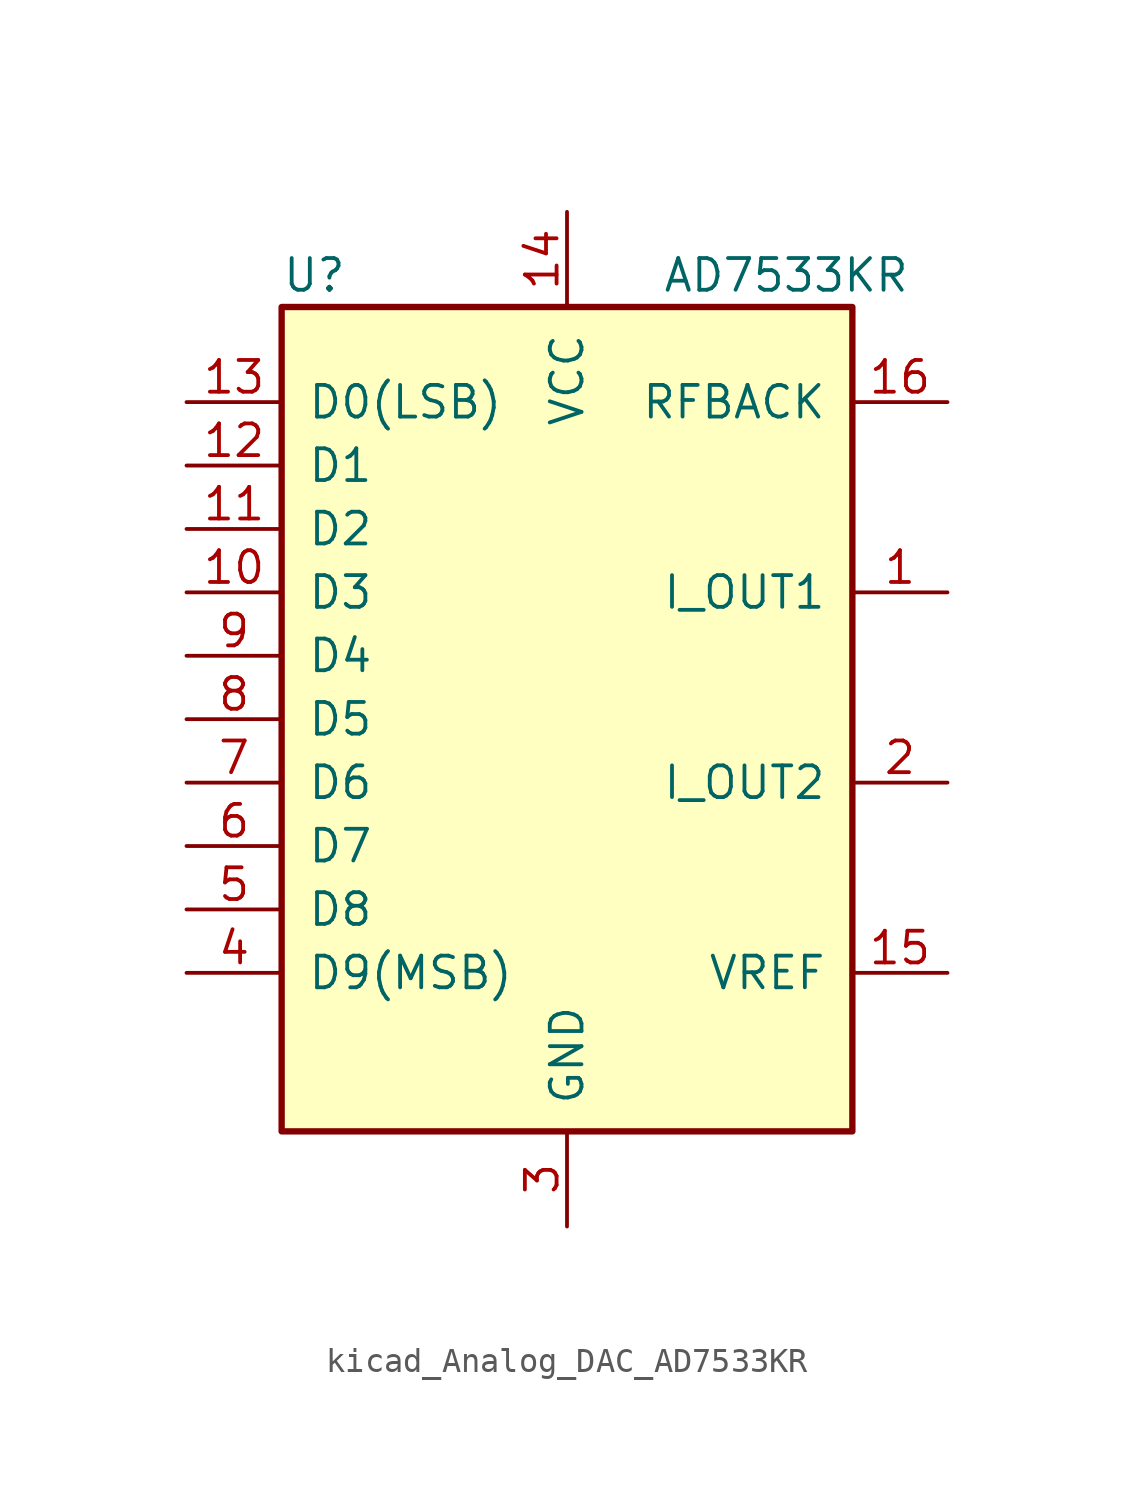
<source format=kicad_sym>
(kicad_symbol_lib
  (version 20220914)
  (generator kicad_symbol_editor)
  (symbol "kicad_Analog_DAC_AD7533KR"
    (pin_names
      (offset 1.016))
    (property "Reference" "U"
      (at -11.43 17.78 0)
      (effects (font (size 1.27 1.27)) (justify left)))
    (property "Value" "AD7533KR"
      (at 3.81 17.78 0)
      (effects (font (size 1.27 1.27)) (justify left)))
    (symbol "kicad_Analog_DAC_AD7533KR_0_1"
      (rectangle (start -11.43 -16.51) (end 11.43 16.51) (stroke (width 0.254) (type default)) (fill (type background))))
    (symbol "kicad_Analog_DAC_AD7533KR_1_1"
      (pin passive line (at 15.24 5.08 180) (length 3.81) (name "I_OUT1" (effects (font (size 1.27 1.27)))) (number "1" (effects (font (size 1.27 1.27)))))
      (pin input line (at -15.24 5.08 0) (length 3.81) (name "D3" (effects (font (size 1.27 1.27)))) (number "10" (effects (font (size 1.27 1.27)))))
      (pin input line (at -15.24 7.62 0) (length 3.81) (name "D2" (effects (font (size 1.27 1.27)))) (number "11" (effects (font (size 1.27 1.27)))))
      (pin input line (at -15.24 10.16 0) (length 3.81) (name "D1" (effects (font (size 1.27 1.27)))) (number "12" (effects (font (size 1.27 1.27)))))
      (pin input line (at -15.24 12.7 0) (length 3.81) (name "D0(LSB)" (effects (font (size 1.27 1.27)))) (number "13" (effects (font (size 1.27 1.27)))))
      (pin power_in line (at 0 20.32 270) (length 3.81) (name "VCC" (effects (font (size 1.27 1.27)))) (number "14" (effects (font (size 1.27 1.27)))))
      (pin passive line (at 15.24 -10.16 180) (length 3.81) (name "VREF" (effects (font (size 1.27 1.27)))) (number "15" (effects (font (size 1.27 1.27)))))
      (pin passive line (at 15.24 12.7 180) (length 3.81) (name "RFBACK" (effects (font (size 1.27 1.27)))) (number "16" (effects (font (size 1.27 1.27)))))
      (pin passive line (at 15.24 -2.54 180) (length 3.81) (name "I_OUT2" (effects (font (size 1.27 1.27)))) (number "2" (effects (font (size 1.27 1.27)))))
      (pin power_in line (at 0 -20.32 90) (length 3.81) (name "GND" (effects (font (size 1.27 1.27)))) (number "3" (effects (font (size 1.27 1.27)))))
      (pin input line (at -15.24 -10.16 0) (length 3.81) (name "D9(MSB)" (effects (font (size 1.27 1.27)))) (number "4" (effects (font (size 1.27 1.27)))))
      (pin input line (at -15.24 -7.62 0) (length 3.81) (name "D8" (effects (font (size 1.27 1.27)))) (number "5" (effects (font (size 1.27 1.27)))))
      (pin input line (at -15.24 -5.08 0) (length 3.81) (name "D7" (effects (font (size 1.27 1.27)))) (number "6" (effects (font (size 1.27 1.27)))))
      (pin input line (at -15.24 -2.54 0) (length 3.81) (name "D6" (effects (font (size 1.27 1.27)))) (number "7" (effects (font (size 1.27 1.27)))))
      (pin input line (at -15.24 0 0) (length 3.81) (name "D5" (effects (font (size 1.27 1.27)))) (number "8" (effects (font (size 1.27 1.27)))))
      (pin input line (at -15.24 2.54 0) (length 3.81) (name "D4" (effects (font (size 1.27 1.27)))) (number "9" (effects (font (size 1.27 1.27))))))))
</source>
